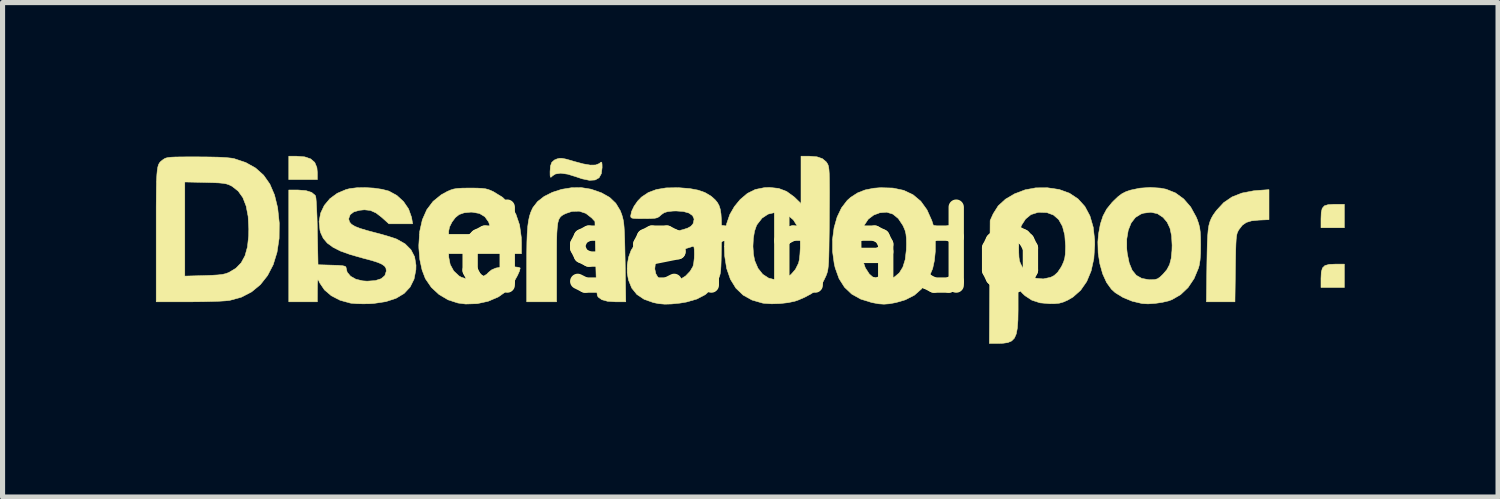
<source format=kicad_pcb>
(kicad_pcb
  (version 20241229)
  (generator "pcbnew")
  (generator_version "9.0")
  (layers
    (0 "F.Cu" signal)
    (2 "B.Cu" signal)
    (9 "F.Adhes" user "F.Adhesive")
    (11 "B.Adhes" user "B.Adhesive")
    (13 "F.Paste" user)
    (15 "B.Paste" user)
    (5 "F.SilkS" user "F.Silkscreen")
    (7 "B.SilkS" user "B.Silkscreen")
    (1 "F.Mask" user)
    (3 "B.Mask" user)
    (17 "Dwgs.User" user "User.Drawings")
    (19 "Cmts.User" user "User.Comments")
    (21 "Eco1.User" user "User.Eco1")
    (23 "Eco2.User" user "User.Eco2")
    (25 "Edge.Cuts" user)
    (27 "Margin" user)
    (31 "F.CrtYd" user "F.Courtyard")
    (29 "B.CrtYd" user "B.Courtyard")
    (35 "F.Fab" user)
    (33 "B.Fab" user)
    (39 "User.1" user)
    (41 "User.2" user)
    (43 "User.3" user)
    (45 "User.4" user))
  (footprint "disenhado"
    (layer "F.Cu")
    (at 11.624 1.836)
    (property "Reference" "disenhado" (at 0 0 0) (layer "F.SilkS") (effects (font (size 1.524 1.524) (thickness 0.3))))
    (attr through_hole)
    (fp_poly (pts (xy -8.714 -1.818) (xy -8.597 -1.778) (xy -8.518 -1.709) (xy -8.476 -1.608) (xy -8.467 -1.507) (xy -8.467 -1.373) (xy -9.026 -1.373) (xy -9.026 -1.831) (xy -8.873 -1.831) (xy -8.714 -1.818)) (stroke (width 0.01) (type solid)) (fill yes) (layer "F.SilkS"))
    (fp_poly (pts (xy 11.619 0.737) (xy 11.162 0.737) (xy 11.162 0.559) (xy 11.168 0.436) (xy 11.191 0.355) (xy 11.239 0.308) (xy 11.322 0.285) (xy 11.441 0.28) (xy 11.619 0.28) (xy 11.619 0.737)) (stroke (width 0.01) (type solid)) (fill yes) (layer "F.SilkS"))
    (fp_poly (pts (xy 11.619 -0.432) (xy 11.162 -0.432) (xy 11.162 -0.605) (xy 11.167 -0.729) (xy 11.186 -0.811) (xy 11.228 -0.86) (xy 11.301 -0.883) (xy 11.412 -0.89) (xy 11.43 -0.89) (xy 11.619 -0.89) (xy 11.619 -0.432)) (stroke (width 0.01) (type solid)) (fill yes) (layer "F.SilkS"))
    (fp_poly (pts (xy -3.612 -1.776) (xy -3.513 -1.749) (xy -3.447 -1.729) (xy -3.268 -1.681) (xy -3.129 -1.657) (xy -3.026 -1.659) (xy -2.956 -1.686) (xy -2.945 -1.695) (xy -2.918 -1.716) (xy -2.904 -1.71) (xy -2.899 -1.668) (xy -2.898 -1.609) (xy -2.913 -1.49) (xy -2.958 -1.409) (xy -3.035 -1.366) (xy -3.145 -1.359) (xy -3.289 -1.389) (xy -3.393 -1.424) (xy -3.568 -1.479) (xy -3.708 -1.499) (xy -3.811 -1.483) (xy -3.865 -1.449) (xy -3.895 -1.421) (xy -3.91 -1.422) (xy -3.915 -1.458) (xy -3.916 -1.527) (xy -3.908 -1.638) (xy -3.882 -1.711) (xy -3.83 -1.757) (xy -3.78 -1.778) (xy -3.734 -1.789) (xy -3.682 -1.789) (xy -3.612 -1.776)) (stroke (width 0.01) (type solid)) (fill yes) (layer "F.SilkS"))
    (fp_poly (pts (xy 10.145 -0.59) (xy 9.943 -0.581) (xy 9.804 -0.567) (xy 9.702 -0.536) (xy 9.624 -0.482) (xy 9.559 -0.398) (xy 9.547 -0.379) (xy 9.532 -0.349) (xy 9.519 -0.314) (xy 9.51 -0.267) (xy 9.503 -0.202) (xy 9.498 -0.113) (xy 9.494 0.008) (xy 9.491 0.166) (xy 9.488 0.362) (xy 9.479 1.017) (xy 8.921 1.017) (xy 8.93 0.299) (xy 8.934 0.069) (xy 8.938 -0.116) (xy 8.945 -0.264) (xy 8.955 -0.382) (xy 8.969 -0.475) (xy 8.99 -0.551) (xy 9.017 -0.616) (xy 9.052 -0.678) (xy 9.097 -0.742) (xy 9.122 -0.775) (xy 9.259 -0.923) (xy 9.422 -1.034) (xy 9.615 -1.11) (xy 9.844 -1.154) (xy 9.935 -1.162) (xy 10.145 -1.177) (xy 10.145 -0.59)) (stroke (width 0.01) (type solid)) (fill yes) (layer "F.SilkS"))
    (fp_poly (pts (xy -3.121 -1.187) (xy -3.115 -1.186) (xy -2.911 -1.115) (xy -2.75 -1.025) (xy -2.63 -0.91) (xy -2.544 -0.768) (xy -2.513 -0.688) (xy -2.498 -0.636) (xy -2.485 -0.582) (xy -2.475 -0.519) (xy -2.468 -0.442) (xy -2.462 -0.343) (xy -2.457 -0.215) (xy -2.453 -0.053) (xy -2.449 0.15) (xy -2.447 0.248) (xy -2.435 1.017) (xy -2.63 1.017) (xy -2.789 1.007) (xy -2.903 0.976) (xy -2.974 0.924) (xy -2.99 0.897) (xy -2.996 0.861) (xy -3.003 0.78) (xy -3.009 0.663) (xy -3.015 0.516) (xy -3.02 0.346) (xy -3.025 0.161) (xy -3.025 0.148) (xy -3.038 -0.555) (xy -3.102 -0.624) (xy -3.216 -0.713) (xy -3.346 -0.756) (xy -3.488 -0.751) (xy -3.602 -0.713) (xy -3.652 -0.69) (xy -3.692 -0.664) (xy -3.723 -0.632) (xy -3.747 -0.588) (xy -3.764 -0.526) (xy -3.775 -0.44) (xy -3.783 -0.326) (xy -3.787 -0.177) (xy -3.788 0.011) (xy -3.788 0.245) (xy -3.788 1.017) (xy -4.373 1.017) (xy -4.373 0.314) (xy -4.372 0.061) (xy -4.369 -0.147) (xy -4.363 -0.316) (xy -4.353 -0.453) (xy -4.338 -0.564) (xy -4.319 -0.655) (xy -4.294 -0.733) (xy -4.263 -0.803) (xy -4.251 -0.826) (xy -4.16 -0.944) (xy -4.03 -1.045) (xy -3.87 -1.125) (xy -3.69 -1.183) (xy -3.499 -1.214) (xy -3.306 -1.217) (xy -3.121 -1.187)) (stroke (width 0.01) (type solid)) (fill yes) (layer "F.SilkS"))
    (fp_poly (pts (xy 2.79 -1.208) (xy 3.002 -1.163) (xy 3.183 -1.077) (xy 3.334 -0.951) (xy 3.456 -0.782) (xy 3.55 -0.572) (xy 3.575 -0.496) (xy 3.606 -0.343) (xy 3.62 -0.163) (xy 3.619 0.027) (xy 3.601 0.209) (xy 3.568 0.362) (xy 3.561 0.381) (xy 3.471 0.591) (xy 3.355 0.759) (xy 3.21 0.887) (xy 3.032 0.978) (xy 2.851 1.031) (xy 2.721 1.055) (xy 2.615 1.063) (xy 2.511 1.056) (xy 2.383 1.032) (xy 2.374 1.03) (xy 2.16 0.964) (xy 1.983 0.865) (xy 1.843 0.732) (xy 1.736 0.563) (xy 1.661 0.354) (xy 1.642 0.273) (xy 1.609 0.031) (xy 1.609 -0.194) (xy 2.167 -0.194) (xy 2.168 0.013) (xy 2.196 0.198) (xy 2.25 0.353) (xy 2.327 0.472) (xy 2.39 0.528) (xy 2.496 0.573) (xy 2.621 0.586) (xy 2.745 0.566) (xy 2.816 0.534) (xy 2.914 0.452) (xy 2.984 0.339) (xy 3.03 0.191) (xy 3.052 0.002) (xy 3.055 -0.108) (xy 3.053 -0.226) (xy 3.044 -0.312) (xy 3.026 -0.383) (xy 2.994 -0.458) (xy 2.983 -0.48) (xy 2.895 -0.612) (xy 2.79 -0.698) (xy 2.669 -0.736) (xy 2.534 -0.725) (xy 2.414 -0.68) (xy 2.307 -0.599) (xy 2.229 -0.481) (xy 2.182 -0.323) (xy 2.167 -0.194) (xy 1.609 -0.194) (xy 1.609 -0.207) (xy 1.639 -0.433) (xy 1.698 -0.64) (xy 1.784 -0.82) (xy 1.896 -0.966) (xy 1.964 -1.027) (xy 2.1 -1.114) (xy 2.246 -1.171) (xy 2.416 -1.205) (xy 2.546 -1.215) (xy 2.79 -1.208)) (stroke (width 0.01) (type solid)) (fill yes) (layer "F.SilkS"))
    (fp_poly (pts (xy 8.02 -1.207) (xy 8.131 -1.186) (xy 8.315 -1.113) (xy 8.477 -0.995) (xy 8.613 -0.838) (xy 8.72 -0.644) (xy 8.742 -0.591) (xy 8.77 -0.51) (xy 8.789 -0.435) (xy 8.8 -0.352) (xy 8.806 -0.247) (xy 8.808 -0.105) (xy 8.808 -0.102) (xy 8.806 0.069) (xy 8.797 0.2) (xy 8.78 0.304) (xy 8.766 0.356) (xy 8.68 0.562) (xy 8.562 0.738) (xy 8.417 0.876) (xy 8.248 0.974) (xy 8.18 0.999) (xy 8.055 1.028) (xy 7.915 1.048) (xy 7.779 1.057) (xy 7.669 1.051) (xy 7.666 1.051) (xy 7.47 1.005) (xy 7.291 0.932) (xy 7.139 0.839) (xy 7.064 0.771) (xy 6.969 0.64) (xy 6.892 0.47) (xy 6.837 0.274) (xy 6.804 0.063) (xy 6.798 -0.154) (xy 6.803 -0.211) (xy 7.363 -0.211) (xy 7.363 -0.015) (xy 7.373 0.073) (xy 7.411 0.258) (xy 7.469 0.4) (xy 7.55 0.499) (xy 7.657 0.559) (xy 7.792 0.584) (xy 7.828 0.585) (xy 7.908 0.582) (xy 7.964 0.567) (xy 8.017 0.53) (xy 8.073 0.476) (xy 8.149 0.387) (xy 8.201 0.288) (xy 8.232 0.168) (xy 8.247 0.017) (xy 8.25 -0.089) (xy 8.24 -0.274) (xy 8.209 -0.421) (xy 8.153 -0.54) (xy 8.074 -0.634) (xy 7.964 -0.707) (xy 7.835 -0.735) (xy 7.692 -0.717) (xy 7.64 -0.7) (xy 7.532 -0.633) (xy 7.449 -0.525) (xy 7.392 -0.383) (xy 7.363 -0.211) (xy 6.803 -0.211) (xy 6.811 -0.309) (xy 6.847 -0.504) (xy 6.899 -0.662) (xy 6.971 -0.797) (xy 7.072 -0.922) (xy 7.106 -0.957) (xy 7.194 -1.041) (xy 7.269 -1.097) (xy 7.347 -1.137) (xy 7.435 -1.167) (xy 7.619 -1.206) (xy 7.822 -1.22) (xy 8.02 -1.207)) (stroke (width 0.01) (type solid)) (fill yes) (layer "F.SilkS"))
    (fp_poly (pts (xy -10.588 -1.816) (xy -10.4 -1.812) (xy -10.256 -1.804) (xy -10.15 -1.793) (xy -10.094 -1.783) (xy -9.867 -1.707) (xy -9.676 -1.6) (xy -9.519 -1.46) (xy -9.396 -1.285) (xy -9.305 -1.073) (xy -9.244 -0.823) (xy -9.213 -0.532) (xy -9.212 -0.521) (xy -9.215 -0.224) (xy -9.256 0.048) (xy -9.331 0.291) (xy -9.441 0.503) (xy -9.582 0.681) (xy -9.754 0.823) (xy -9.955 0.927) (xy -10.182 0.989) (xy -10.196 0.991) (xy -10.268 0.998) (xy -10.382 1.005) (xy -10.528 1.01) (xy -10.696 1.014) (xy -10.877 1.016) (xy -10.99 1.017) (xy -11.619 1.017) (xy -11.619 0.514) (xy -11.06 0.514) (xy -10.685 0.504) (xy -10.528 0.498) (xy -10.411 0.491) (xy -10.325 0.481) (xy -10.259 0.466) (xy -10.203 0.445) (xy -10.196 0.442) (xy -10.061 0.361) (xy -9.957 0.254) (xy -9.882 0.116) (xy -9.834 -0.057) (xy -9.811 -0.269) (xy -9.808 -0.407) (xy -9.821 -0.653) (xy -9.86 -0.856) (xy -9.924 -1.021) (xy -10.015 -1.148) (xy -10.134 -1.242) (xy -10.153 -1.252) (xy -10.199 -1.274) (xy -10.249 -1.29) (xy -10.311 -1.301) (xy -10.396 -1.309) (xy -10.514 -1.314) (xy -10.66 -1.318) (xy -11.06 -1.327) (xy -11.06 0.514) (xy -11.619 0.514) (xy -11.619 -0.286) (xy -11.619 -0.585) (xy -11.619 -0.838) (xy -11.617 -1.049) (xy -11.615 -1.221) (xy -11.612 -1.36) (xy -11.606 -1.469) (xy -11.598 -1.553) (xy -11.588 -1.616) (xy -11.575 -1.662) (xy -11.558 -1.696) (xy -11.537 -1.722) (xy -11.512 -1.743) (xy -11.484 -1.765) (xy -11.458 -1.782) (xy -11.429 -1.795) (xy -11.39 -1.804) (xy -11.333 -1.811) (xy -11.252 -1.815) (xy -11.139 -1.817) (xy -10.989 -1.818) (xy -10.823 -1.818) (xy -10.588 -1.816)) (stroke (width 0.01) (type solid)) (fill yes) (layer "F.SilkS"))
    (fp_poly (pts (xy 6.042 -1.18) (xy 6.243 -1.107) (xy 6.41 -0.996) (xy 6.544 -0.848) (xy 6.643 -0.663) (xy 6.707 -0.442) (xy 6.736 -0.185) (xy 6.737 -0.098) (xy 6.719 0.173) (xy 6.666 0.413) (xy 6.58 0.62) (xy 6.461 0.791) (xy 6.311 0.924) (xy 6.208 0.984) (xy 6.121 1.022) (xy 6.043 1.044) (xy 5.951 1.053) (xy 5.861 1.054) (xy 5.667 1.037) (xy 5.507 0.985) (xy 5.373 0.897) (xy 5.323 0.85) (xy 5.238 0.759) (xy 5.238 1.169) (xy 5.235 1.37) (xy 5.224 1.527) (xy 5.202 1.644) (xy 5.166 1.727) (xy 5.112 1.782) (xy 5.037 1.814) (xy 4.938 1.828) (xy 4.844 1.831) (xy 4.676 1.831) (xy 4.683 0.629) (xy 4.688 -0.076) (xy 5.25 -0.076) (xy 5.251 0.052) (xy 5.255 0.143) (xy 5.264 0.208) (xy 5.281 0.26) (xy 5.307 0.312) (xy 5.321 0.337) (xy 5.374 0.414) (xy 5.429 0.477) (xy 5.456 0.499) (xy 5.586 0.556) (xy 5.729 0.569) (xy 5.871 0.539) (xy 5.942 0.504) (xy 6.012 0.44) (xy 6.08 0.338) (xy 6.095 0.31) (xy 6.129 0.234) (xy 6.15 0.165) (xy 6.161 0.087) (xy 6.165 -0.017) (xy 6.166 -0.076) (xy 6.151 -0.287) (xy 6.106 -0.459) (xy 6.033 -0.59) (xy 5.931 -0.68) (xy 5.802 -0.728) (xy 5.646 -0.734) (xy 5.619 -0.73) (xy 5.489 -0.689) (xy 5.384 -0.603) (xy 5.31 -0.489) (xy 5.283 -0.429) (xy 5.266 -0.369) (xy 5.256 -0.296) (xy 5.251 -0.197) (xy 5.25 -0.076) (xy 4.688 -0.076) (xy 4.691 -0.572) (xy 4.751 -0.705) (xy 4.849 -0.86) (xy 4.992 -0.991) (xy 5.169 -1.095) (xy 5.374 -1.173) (xy 5.583 -1.212) (xy 5.809 -1.214) (xy 6.042 -1.18)) (stroke (width 0.01) (type solid)) (fill yes) (layer "F.SilkS"))
    (fp_poly (pts (xy -5.345 -1.207) (xy -5.248 -1.202) (xy -5.175 -1.193) (xy -5.114 -1.176) (xy -5.05 -1.149) (xy -5.031 -1.141) (xy -4.845 -1.027) (xy -4.696 -0.88) (xy -4.585 -0.699) (xy -4.512 -0.485) (xy -4.478 -0.239) (xy -4.475 -0.134) (xy -4.475 0.076) (xy -5.899 0.076) (xy -5.897 0.146) (xy -5.869 0.288) (xy -5.8 0.414) (xy -5.696 0.511) (xy -5.655 0.535) (xy -5.527 0.576) (xy -5.392 0.578) (xy -5.263 0.544) (xy -5.155 0.478) (xy -5.121 0.443) (xy -5.06 0.393) (xy -4.98 0.358) (xy -4.968 0.355) (xy -4.887 0.341) (xy -4.79 0.334) (xy -4.69 0.331) (xy -4.6 0.334) (xy -4.533 0.342) (xy -4.501 0.355) (xy -4.5 0.359) (xy -4.515 0.417) (xy -4.553 0.502) (xy -4.606 0.598) (xy -4.667 0.691) (xy -4.727 0.769) (xy -4.758 0.801) (xy -4.927 0.921) (xy -5.126 1.006) (xy -5.343 1.053) (xy -5.568 1.06) (xy -5.72 1.04) (xy -5.911 0.978) (xy -6.088 0.873) (xy -6.238 0.734) (xy -6.351 0.569) (xy -6.355 0.563) (xy -6.419 0.395) (xy -6.463 0.192) (xy -6.482 -0.033) (xy -6.483 -0.089) (xy -6.466 -0.357) (xy -6.464 -0.365) (xy -5.899 -0.365) (xy -5.899 -0.305) (xy -5.054 -0.305) (xy -5.072 -0.4) (xy -5.117 -0.544) (xy -5.191 -0.647) (xy -5.296 -0.711) (xy -5.435 -0.736) (xy -5.467 -0.737) (xy -5.597 -0.724) (xy -5.695 -0.69) (xy -5.768 -0.631) (xy -5.834 -0.543) (xy -5.882 -0.447) (xy -5.899 -0.365) (xy -6.464 -0.365) (xy -6.414 -0.588) (xy -6.327 -0.784) (xy -6.204 -0.947) (xy -6.045 -1.076) (xy -5.927 -1.141) (xy -5.861 -1.17) (xy -5.8 -1.189) (xy -5.731 -1.2) (xy -5.642 -1.206) (xy -5.519 -1.208) (xy -5.479 -1.208) (xy -5.345 -1.207)) (stroke (width 0.01) (type solid)) (fill yes) (layer "F.SilkS"))
    (fp_poly (pts (xy 1.305 -1.819) (xy 1.412 -1.782) (xy 1.487 -1.718) (xy 1.514 -1.676) (xy 1.524 -1.651) (xy 1.533 -1.615) (xy 1.539 -1.566) (xy 1.544 -1.496) (xy 1.547 -1.402) (xy 1.548 -1.278) (xy 1.549 -1.119) (xy 1.548 -0.92) (xy 1.546 -0.677) (xy 1.546 -0.615) (xy 1.544 -0.364) (xy 1.541 -0.159) (xy 1.539 0.006) (xy 1.536 0.137) (xy 1.532 0.238) (xy 1.526 0.315) (xy 1.519 0.374) (xy 1.511 0.42) (xy 1.5 0.458) (xy 1.486 0.495) (xy 1.483 0.504) (xy 1.439 0.597) (xy 1.39 0.685) (xy 1.365 0.721) (xy 1.296 0.788) (xy 1.192 0.859) (xy 1.066 0.927) (xy 0.934 0.984) (xy 0.872 1.005) (xy 0.74 1.033) (xy 0.582 1.051) (xy 0.419 1.056) (xy 0.276 1.047) (xy 0.241 1.042) (xy 0.033 0.982) (xy -0.141 0.885) (xy -0.282 0.749) (xy -0.389 0.575) (xy -0.462 0.365) (xy -0.501 0.117) (xy -0.508 -0.063) (xy -0.508 -0.068) (xy 0.052 -0.068) (xy 0.062 0.084) (xy 0.086 0.211) (xy 0.151 0.362) (xy 0.243 0.478) (xy 0.358 0.553) (xy 0.488 0.586) (xy 0.628 0.573) (xy 0.695 0.55) (xy 0.795 0.484) (xy 0.883 0.383) (xy 0.944 0.261) (xy 0.96 0.191) (xy 0.971 0.087) (xy 0.978 -0.036) (xy 0.978 -0.089) (xy 0.977 -0.215) (xy 0.97 -0.306) (xy 0.955 -0.376) (xy 0.93 -0.441) (xy 0.919 -0.464) (xy 0.842 -0.586) (xy 0.747 -0.666) (xy 0.629 -0.714) (xy 0.482 -0.73) (xy 0.348 -0.698) (xy 0.231 -0.621) (xy 0.136 -0.499) (xy 0.121 -0.474) (xy 0.083 -0.364) (xy 0.06 -0.224) (xy 0.052 -0.068) (xy -0.508 -0.068) (xy -0.497 -0.306) (xy -0.462 -0.511) (xy -0.401 -0.689) (xy -0.31 -0.847) (xy -0.198 -0.983) (xy -0.057 -1.103) (xy 0.098 -1.18) (xy 0.276 -1.216) (xy 0.376 -1.22) (xy 0.555 -1.201) (xy 0.71 -1.142) (xy 0.854 -1.038) (xy 0.884 -1.01) (xy 0.992 -0.905) (xy 0.992 -1.831) (xy 1.158 -1.831) (xy 1.305 -1.819)) (stroke (width 0.01) (type solid)) (fill yes) (layer "F.SilkS"))
    (fp_poly (pts (xy -7.362 -1.207) (xy -7.204 -1.184) (xy -7.076 -1.151) (xy -7.067 -1.148) (xy -6.913 -1.064) (xy -6.782 -0.944) (xy -6.683 -0.799) (xy -6.626 -0.639) (xy -6.621 -0.613) (xy -6.604 -0.509) (xy -7.068 -0.509) (xy -7.204 -0.632) (xy -7.319 -0.721) (xy -7.428 -0.77) (xy -7.547 -0.783) (xy -7.645 -0.773) (xy -7.754 -0.742) (xy -7.825 -0.688) (xy -7.852 -0.616) (xy -7.852 -0.592) (xy -7.836 -0.542) (xy -7.799 -0.499) (xy -7.734 -0.459) (xy -7.636 -0.42) (xy -7.497 -0.378) (xy -7.373 -0.345) (xy -7.236 -0.309) (xy -7.106 -0.272) (xy -6.997 -0.238) (xy -6.921 -0.212) (xy -6.913 -0.208) (xy -6.752 -0.117) (xy -6.637 -0.002) (xy -6.565 0.137) (xy -6.538 0.302) (xy -6.54 0.389) (xy -6.576 0.573) (xy -6.653 0.728) (xy -6.77 0.853) (xy -6.928 0.948) (xy -7.127 1.013) (xy -7.367 1.049) (xy -7.446 1.054) (xy -7.572 1.056) (xy -7.696 1.053) (xy -7.798 1.045) (xy -7.826 1.041) (xy -8.024 0.986) (xy -8.193 0.899) (xy -8.328 0.784) (xy -8.422 0.645) (xy -8.43 0.627) (xy -8.446 0.593) (xy -8.456 0.585) (xy -8.462 0.61) (xy -8.465 0.673) (xy -8.466 0.781) (xy -8.466 0.782) (xy -8.467 1.017) (xy -9.026 1.017) (xy -9.026 -1.17) (xy -8.847 -1.17) (xy -8.691 -1.158) (xy -8.579 -1.123) (xy -8.51 -1.065) (xy -8.502 -1.05) (xy -8.495 -1.013) (xy -8.488 -0.932) (xy -8.482 -0.816) (xy -8.475 -0.67) (xy -8.47 -0.504) (xy -8.467 -0.356) (xy -8.454 0.292) (xy -8.181 0.3) (xy -8.055 0.304) (xy -7.973 0.311) (xy -7.926 0.322) (xy -7.908 0.337) (xy -7.907 0.343) (xy -7.884 0.438) (xy -7.817 0.517) (xy -7.714 0.575) (xy -7.581 0.607) (xy -7.493 0.613) (xy -7.334 0.602) (xy -7.219 0.565) (xy -7.147 0.504) (xy -7.119 0.418) (xy -7.119 0.406) (xy -7.126 0.358) (xy -7.153 0.318) (xy -7.204 0.282) (xy -7.286 0.246) (xy -7.405 0.208) (xy -7.568 0.165) (xy -7.586 0.16) (xy -7.822 0.093) (xy -8.013 0.025) (xy -8.161 -0.05) (xy -8.273 -0.132) (xy -8.352 -0.226) (xy -8.403 -0.335) (xy -8.416 -0.383) (xy -8.433 -0.554) (xy -8.403 -0.718) (xy -8.332 -0.868) (xy -8.222 -1) (xy -8.079 -1.105) (xy -7.908 -1.178) (xy -7.834 -1.197) (xy -7.695 -1.214) (xy -7.532 -1.217) (xy -7.362 -1.207)) (stroke (width 0.01) (type solid)) (fill yes) (layer "F.SilkS"))
    (fp_poly (pts (xy -1.39 -1.214) (xy -1.184 -1.198) (xy -1.019 -1.167) (xy -0.886 -1.12) (xy -0.774 -1.054) (xy -0.739 -1.026) (xy -0.685 -0.976) (xy -0.643 -0.925) (xy -0.611 -0.867) (xy -0.588 -0.796) (xy -0.573 -0.703) (xy -0.565 -0.583) (xy -0.562 -0.429) (xy -0.562 -0.234) (xy -0.564 -0.124) (xy -0.567 0.065) (xy -0.57 0.21) (xy -0.574 0.32) (xy -0.579 0.401) (xy -0.587 0.461) (xy -0.598 0.507) (xy -0.614 0.547) (xy -0.634 0.588) (xy -0.641 0.601) (xy -0.745 0.754) (xy -0.877 0.874) (xy -1.044 0.962) (xy -1.248 1.021) (xy -1.373 1.042) (xy -1.539 1.059) (xy -1.671 1.063) (xy -1.788 1.053) (xy -1.894 1.032) (xy -2.076 0.968) (xy -2.218 0.873) (xy -2.319 0.747) (xy -2.383 0.588) (xy -2.407 0.449) (xy -2.407 0.373) (xy -1.868 0.373) (xy -1.847 0.469) (xy -1.801 0.546) (xy -1.749 0.584) (xy -1.659 0.603) (xy -1.546 0.607) (xy -1.435 0.595) (xy -1.366 0.575) (xy -1.265 0.512) (xy -1.177 0.42) (xy -1.12 0.323) (xy -1.106 0.259) (xy -1.096 0.167) (xy -1.093 0.085) (xy -1.095 -0.004) (xy -1.101 -0.052) (xy -1.115 -0.068) (xy -1.138 -0.063) (xy -1.18 -0.049) (xy -1.259 -0.025) (xy -1.362 0.004) (xy -1.442 0.025) (xy -1.591 0.068) (xy -1.697 0.106) (xy -1.77 0.145) (xy -1.817 0.19) (xy -1.848 0.245) (xy -1.857 0.274) (xy -1.868 0.373) (xy -2.407 0.373) (xy -2.406 0.296) (xy -2.38 0.144) (xy -2.331 0.011) (xy -2.288 -0.058) (xy -2.201 -0.136) (xy -2.069 -0.207) (xy -1.899 -0.268) (xy -1.697 -0.318) (xy -1.613 -0.334) (xy -1.442 -0.365) (xy -1.315 -0.395) (xy -1.224 -0.425) (xy -1.163 -0.459) (xy -1.126 -0.5) (xy -1.115 -0.52) (xy -1.098 -0.602) (xy -1.128 -0.669) (xy -1.199 -0.719) (xy -1.308 -0.75) (xy -1.452 -0.76) (xy -1.518 -0.758) (xy -1.617 -0.747) (xy -1.683 -0.727) (xy -1.737 -0.69) (xy -1.749 -0.679) (xy -1.784 -0.648) (xy -1.82 -0.628) (xy -1.868 -0.617) (xy -1.941 -0.612) (xy -2.049 -0.61) (xy -2.08 -0.61) (xy -2.197 -0.611) (xy -2.272 -0.614) (xy -2.315 -0.621) (xy -2.334 -0.635) (xy -2.339 -0.657) (xy -2.339 -0.666) (xy -2.321 -0.752) (xy -2.272 -0.854) (xy -2.202 -0.954) (xy -2.128 -1.031) (xy -1.995 -1.12) (xy -1.837 -1.179) (xy -1.648 -1.211) (xy -1.421 -1.215) (xy -1.39 -1.214)) (stroke (width 0.01) (type solid)) (fill yes) (layer "F.SilkS")))
  (gr_rect
    (start -3 -3)
    (end 26.249 6.671)
    (stroke (width 0.1) (type default))
    (fill no)
    (layer "Edge.Cuts")))
</source>
